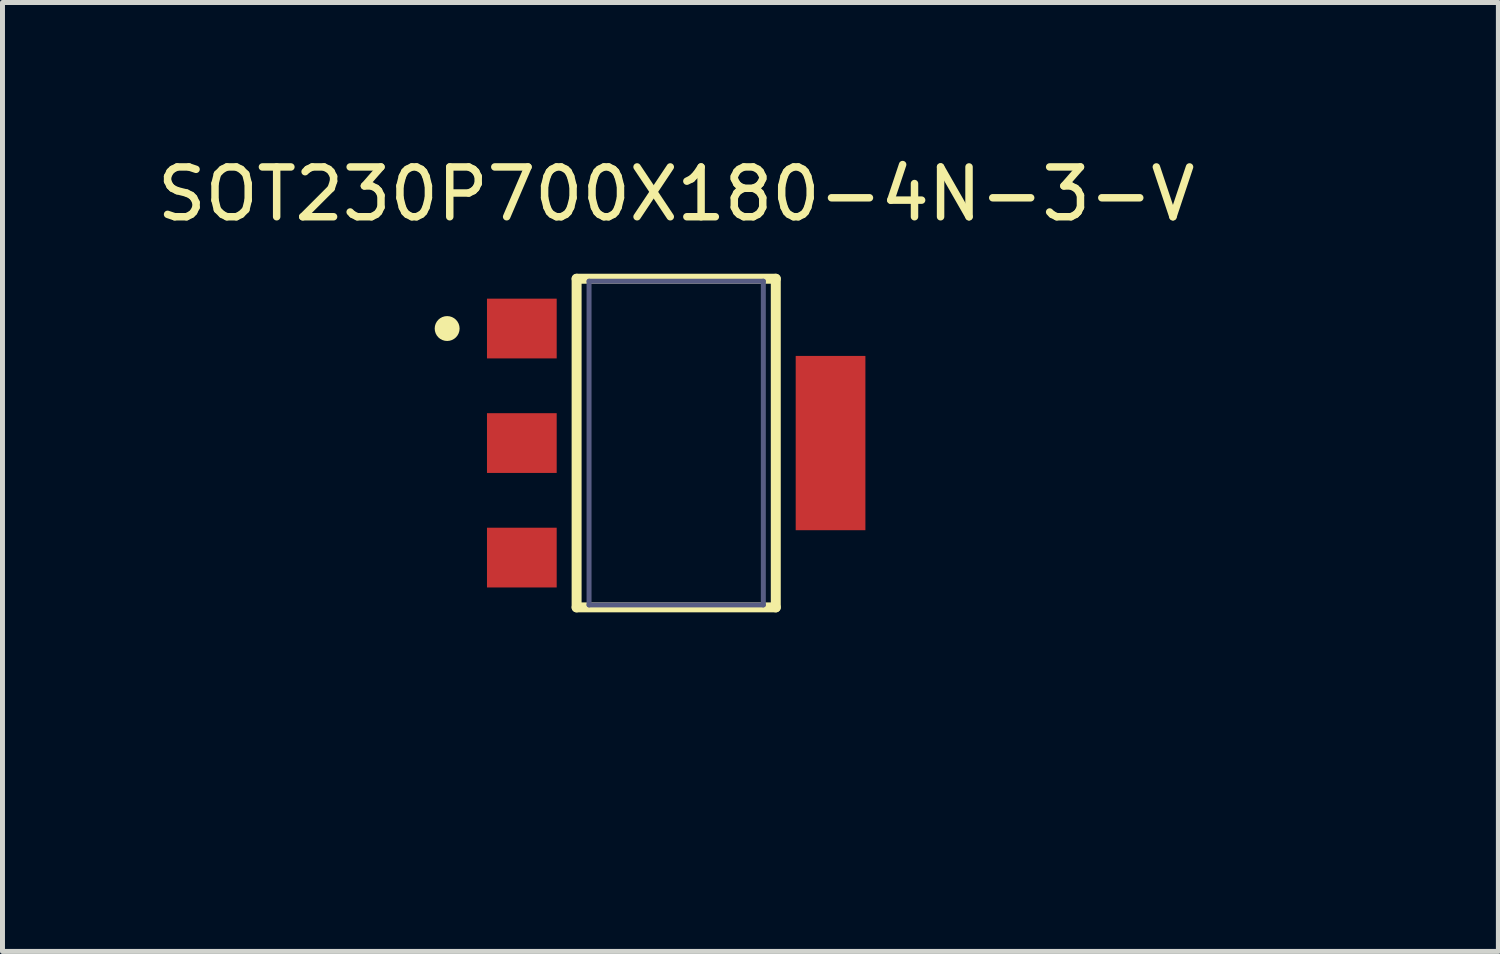
<source format=kicad_pcb>
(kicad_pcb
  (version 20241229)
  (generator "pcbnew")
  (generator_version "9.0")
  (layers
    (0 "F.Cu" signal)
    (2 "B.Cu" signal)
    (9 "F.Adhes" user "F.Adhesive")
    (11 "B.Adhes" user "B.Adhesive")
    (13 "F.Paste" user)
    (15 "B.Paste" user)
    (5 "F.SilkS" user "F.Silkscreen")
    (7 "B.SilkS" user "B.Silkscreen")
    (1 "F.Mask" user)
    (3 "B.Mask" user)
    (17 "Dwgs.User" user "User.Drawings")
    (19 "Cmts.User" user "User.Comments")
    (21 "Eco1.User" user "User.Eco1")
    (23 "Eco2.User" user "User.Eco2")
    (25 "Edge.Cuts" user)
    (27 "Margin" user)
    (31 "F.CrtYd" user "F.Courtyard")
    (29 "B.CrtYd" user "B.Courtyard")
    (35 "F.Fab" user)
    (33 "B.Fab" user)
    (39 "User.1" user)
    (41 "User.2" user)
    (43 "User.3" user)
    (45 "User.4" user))
  (footprint "SOT230P700X180-4N-3-V"
    (layer "F.Cu")
    (at 10.53 5.848)
    (property "Reference" "SOT230P700X180-4N-3-V" (at 0 -5 0) (layer "F.SilkS") (effects (font (size 1 1) (thickness 0.15))))
    (fp_line (start -2 -3.3) (end 2 -3.3) (stroke (width 0.2) (type solid)) (layer "F.SilkS"))
    (fp_line (start -2 3.3) (end -2 -3.3) (stroke (width 0.2) (type solid)) (layer "F.SilkS"))
    (fp_line (start -2 3.3) (end 2 3.3) (stroke (width 0.2) (type solid)) (layer "F.SilkS"))
    (fp_line (start 2 3.3) (end 2 -3.3) (stroke (width 0.2) (type solid)) (layer "F.SilkS"))
    (fp_circle (center -4.6 -2.3) (end -4.6 -2.425) (stroke (width 0.25) (type solid)) (fill no) (layer "F.SilkS"))
    (fp_line (start -4.4 -3.8) (end 4.4 -3.8) (stroke (width 0.1) (type solid)) (layer "Eco2.User"))
    (fp_line (start -4.4 3.8) (end -4.4 -3.8) (stroke (width 0.1) (type solid)) (layer "Eco2.User"))
    (fp_line (start -4.4 3.8) (end 4.4 3.8) (stroke (width 0.1) (type solid)) (layer "Eco2.User"))
    (fp_line (start -0.5 0) (end 0.5 0) (stroke (width 0.1) (type solid)) (layer "Eco2.User"))
    (fp_line (start 0 0.5) (end 0 -0.5) (stroke (width 0.1) (type solid)) (layer "Eco2.User"))
    (fp_line (start 4.4 3.8) (end 4.4 -3.8) (stroke (width 0.1) (type solid)) (layer "Eco2.User"))
    (fp_line (start -1.75 -3.25) (end 1.75 -3.25) (stroke (width 0.1) (type solid)) (layer "B.Fab"))
    (fp_line (start -1.75 3.25) (end -1.75 -3.25) (stroke (width 0.1) (type solid)) (layer "B.Fab"))
    (fp_line (start -1.75 3.25) (end 1.75 3.25) (stroke (width 0.1) (type solid)) (layer "B.Fab"))
    (fp_line (start 1.75 3.25) (end 1.75 -3.25) (stroke (width 0.1) (type solid)) (layer "B.Fab"))
    (fp_text user "${REFERENCE}" (at 0 7 0) (unlocked yes) (layer "User.3") (effects (font (face "Arial") (size 0.756 0.756) (thickness 0.254)) (justify left bottom)))
    (pad "1" smd rect (at -3.1 -2.3) (size 1.4 1.2) (layers "F.Cu" "F.Mask" "F.Paste"))
    (pad "2" smd rect (at -3.1 0) (size 1.4 1.2) (layers "F.Cu" "F.Mask" "F.Paste"))
    (pad "3" smd rect (at -3.1 2.3) (size 1.4 1.2) (layers "F.Cu" "F.Mask" "F.Paste"))
    (pad "4" smd rect (at 3.1 0 90) (size 3.5 1.4) (layers "F.Cu" "F.Mask" "F.Paste")))
  (gr_rect
    (start -3 -3)
    (end 27.042 16.058)
    (stroke (width 0.1) (type default))
    (fill no)
    (layer "Edge.Cuts")))
</source>
